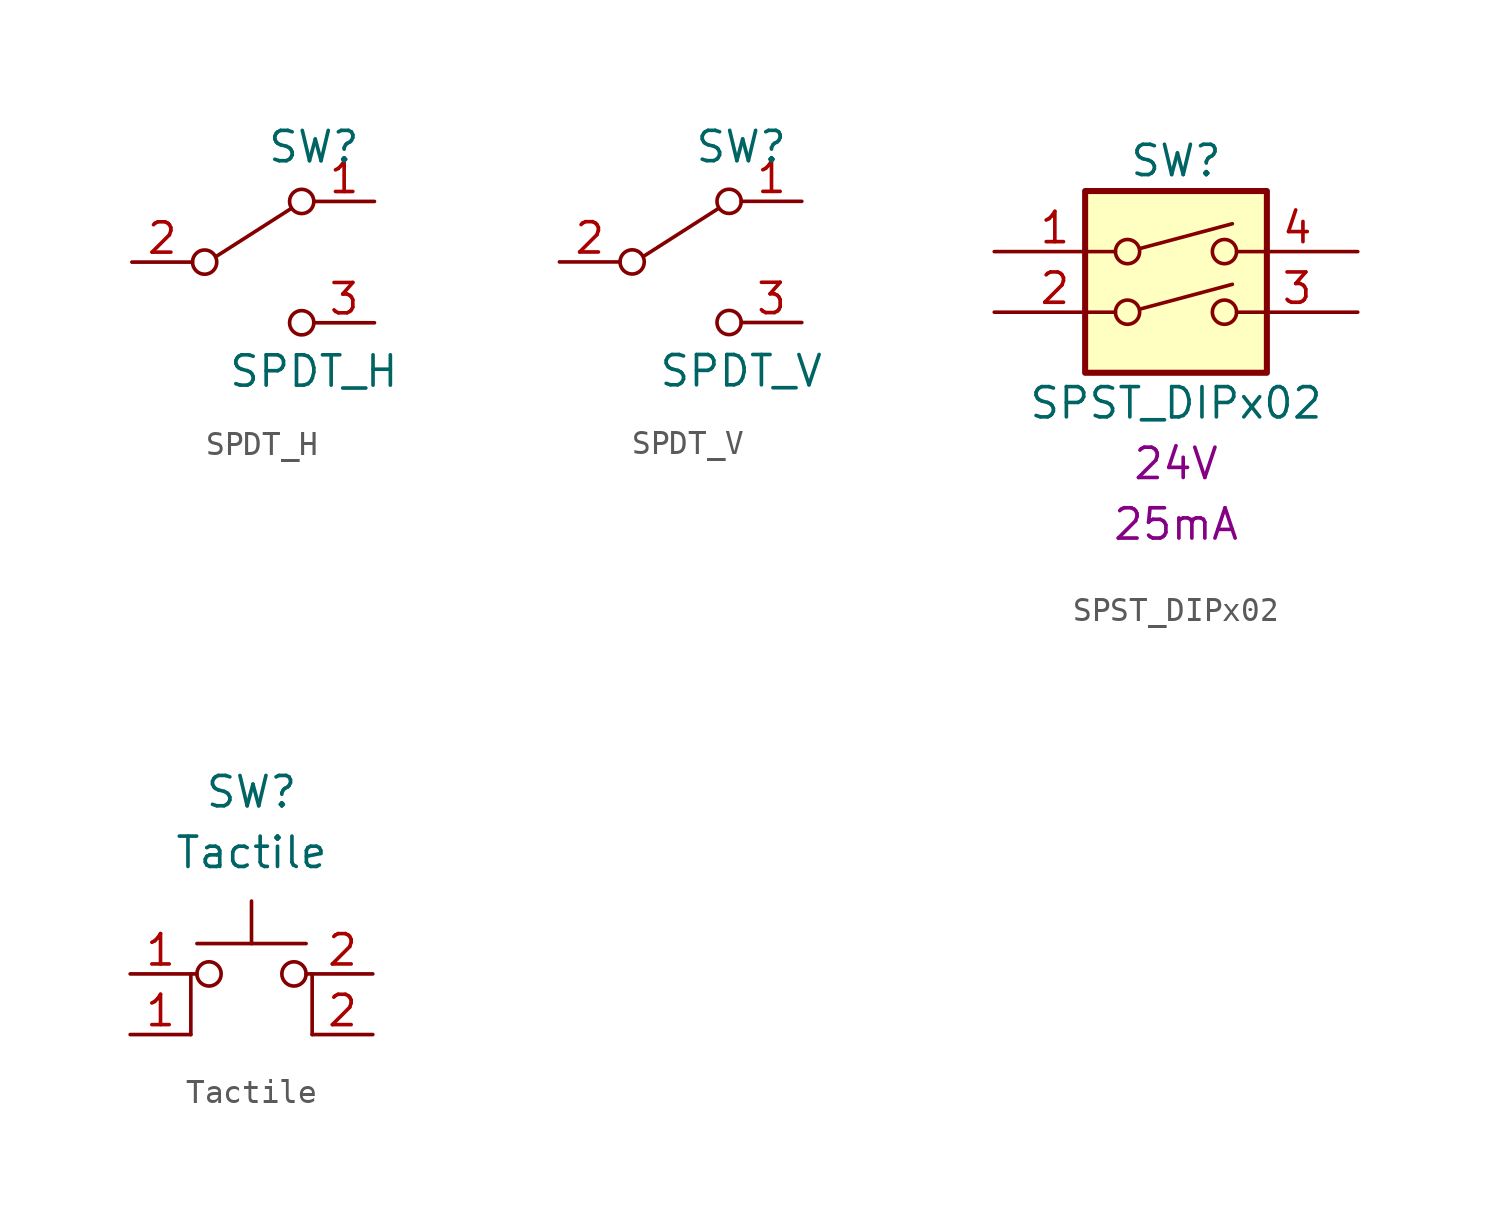
<source format=kicad_sym>
(kicad_symbol_lib
  (version 20210619)
  (generator kicad_symbol_editor)
  (symbol "ulib_Switch_SMD:SPDT_H"
    (pin_names hide)
    (property "Reference" "SW"
      (at 0 4.826 0)
      (effects (font (size 1.27 1.27))))
    (property "Value" "SPDT_H"
      (at 0 -4.572 0)
      (effects (font (size 1.27 1.27))))
    (symbol "SPDT_H_0_0"
      (circle (center -4.572 0) (radius 0.508) (stroke (width 0)) (fill (type none)))
      (circle (center -0.508 -2.54) (radius 0.508) (stroke (width 0)) (fill (type none))))
    (symbol "SPDT_H_0_1"
      (circle (center -0.508 2.54) (radius 0.508) (stroke (width 0)) (fill (type none)))
      (polyline (pts (xy -4.064 0.254) (xy -0.965 2.235)) (stroke (width 0)) (fill (type none))))
    (symbol "SPDT_H_1_1"
      (pin passive line (at 2.54 2.54 180) (length 2.54) (name "A" (effects (font (size 1.27 1.27)))) (number "1" (effects (font (size 1.27 1.27)))))
      (pin passive line (at -7.62 0 0) (length 2.54) (name "B" (effects (font (size 1.27 1.27)))) (number "2" (effects (font (size 1.27 1.27)))))
      (pin passive line (at 2.54 -2.54 180) (length 2.54) (name "C" (effects (font (size 1.27 1.27)))) (number "3" (effects (font (size 1.27 1.27)))))))
  (symbol "ulib_Switch_SMD:SPDT_V"
    (pin_names hide)
    (property "Reference" "SW"
      (at 0 4.826 0)
      (effects (font (size 1.27 1.27))))
    (property "Value" "SPDT_V"
      (at 0 -4.572 0)
      (effects (font (size 1.27 1.27))))
    (symbol "SPDT_V_0_0"
      (circle (center -4.572 0) (radius 0.508) (stroke (width 0)) (fill (type none)))
      (circle (center -0.508 -2.54) (radius 0.508) (stroke (width 0)) (fill (type none))))
    (symbol "SPDT_V_0_1"
      (circle (center -0.508 2.54) (radius 0.508) (stroke (width 0)) (fill (type none)))
      (polyline (pts (xy -4.064 0.254) (xy -0.965 2.235)) (stroke (width 0)) (fill (type none))))
    (symbol "SPDT_V_1_1"
      (pin passive line (at 2.54 2.54 180) (length 2.54) (name "A" (effects (font (size 1.27 1.27)))) (number "1" (effects (font (size 1.27 1.27)))))
      (pin passive line (at -7.62 0 0) (length 2.54) (name "B" (effects (font (size 1.27 1.27)))) (number "2" (effects (font (size 1.27 1.27)))))
      (pin passive line (at 2.54 -2.54 180) (length 2.54) (name "C" (effects (font (size 1.27 1.27)))) (number "3" (effects (font (size 1.27 1.27)))))))
  (symbol "ulib_Switch_SMD:SPST_DIPx02"
    (pin_names hide)
    (property "Reference" "SW"
      (at 0 3.81 0)
      (effects (font (size 1.27 1.27))))
    (property "Value" "SPST_DIPx02"
      (at 0 -6.35 0)
      (effects (font (size 1.27 1.27))))
    (property "Voltage" "24V"
      (at 0 -8.89 0)
      (effects (font (size 1.27 1.27))))
    (property "Current" "25mA"
      (at 0 -11.43 0)
      (effects (font (size 1.27 1.27))))
    (symbol "SPST_DIPx02_0_0"
      (circle (center -2.032 -2.54) (radius 0.508) (stroke (width 0)) (fill (type none)))
      (circle (center -2.032 0) (radius 0.508) (stroke (width 0)) (fill (type none)))
      (circle (center 2.032 -2.54) (radius 0.508) (stroke (width 0)) (fill (type none)))
      (circle (center 2.032 0) (radius 0.508) (stroke (width 0)) (fill (type none)))
      (polyline (pts (xy -1.524 -2.413) (xy 2.362 -1.372)) (stroke (width 0)) (fill (type none)))
      (polyline (pts (xy -1.524 0.127) (xy 2.362 1.168)) (stroke (width 0)) (fill (type none))))
    (symbol "SPST_DIPx02_0_1"
      (rectangle (start -3.81 2.54) (end 3.81 -5.08) (stroke (width 0.254)) (fill (type background))))
    (symbol "SPST_DIPx02_1_1"
      (pin passive line (at -7.62 0 0) (length 5.08) (name "~" (effects (font (size 1.27 1.27)))) (number "1" (effects (font (size 1.27 1.27)))))
      (pin passive line (at -7.62 -2.54 0) (length 5.08) (name "~" (effects (font (size 1.27 1.27)))) (number "2" (effects (font (size 1.27 1.27)))))
      (pin passive line (at 7.62 -2.54 180) (length 5.08) (name "~" (effects (font (size 1.27 1.27)))) (number "3" (effects (font (size 1.27 1.27)))))
      (pin passive line (at 7.62 0 180) (length 5.08) (name "~" (effects (font (size 1.27 1.27)))) (number "4" (effects (font (size 1.27 1.27)))))))
  (symbol "ulib_Switch_SMD:Tactile"
    (pin_names hide)
    (property "Reference" "SW"
      (at 0 7.62 0)
      (effects (font (size 1.27 1.27))))
    (property "Value" "Tactile"
      (at 0 5.08 0)
      (effects (font (size 1.27 1.27))))
    (symbol "Tactile_0_1"
      (circle (center -1.778 0) (radius 0.508) (stroke (width 0)) (fill (type none)))
      (circle (center 1.778 0) (radius 0.508) (stroke (width 0)) (fill (type none)))
      (polyline (pts (xy -2.286 1.27) (xy 2.286 1.27)) (stroke (width 0)) (fill (type none)))
      (polyline (pts (xy 0 1.27) (xy 0 3.048)) (stroke (width 0)) (fill (type none)))
      (polyline (pts (xy -2.54 -2.54) (xy -2.54 0) (xy -2.286 0)) (stroke (width 0)) (fill (type none)))
      (polyline (pts (xy 2.54 -2.54) (xy 2.54 0) (xy 2.286 0)) (stroke (width 0)) (fill (type none)))
      (pin passive line (at -5.08 -2.54 0) (length 2.54) (name "1" (effects (font (size 1.27 1.27)))) (number "1" (effects (font (size 1.27 1.27)))))
      (pin passive line (at -5.08 0 0) (length 2.54) (name "1" (effects (font (size 1.27 1.27)))) (number "1" (effects (font (size 1.27 1.27)))))
      (pin passive line (at 5.08 -2.54 180) (length 2.54) (name "2" (effects (font (size 1.27 1.27)))) (number "2" (effects (font (size 1.27 1.27)))))
      (pin passive line (at 5.08 0 180) (length 2.54) (name "2" (effects (font (size 1.27 1.27)))) (number "2" (effects (font (size 1.27 1.27))))))))
</source>
